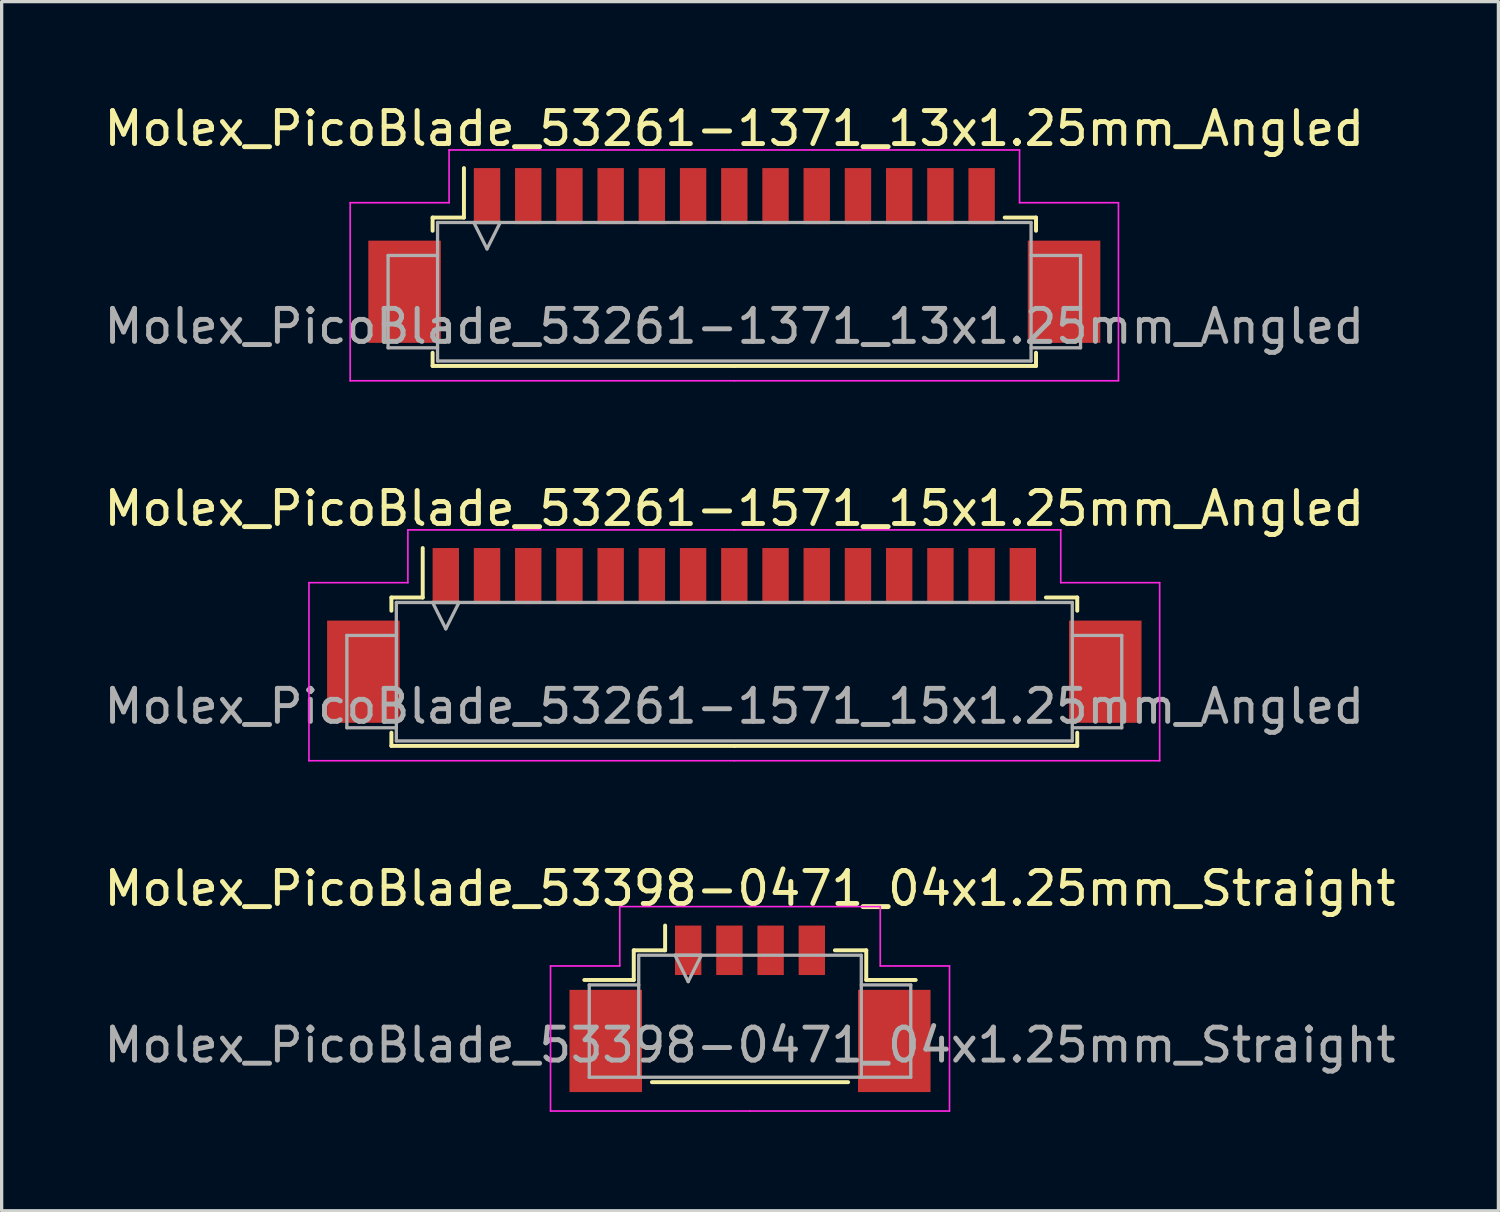
<source format=kicad_pcb>
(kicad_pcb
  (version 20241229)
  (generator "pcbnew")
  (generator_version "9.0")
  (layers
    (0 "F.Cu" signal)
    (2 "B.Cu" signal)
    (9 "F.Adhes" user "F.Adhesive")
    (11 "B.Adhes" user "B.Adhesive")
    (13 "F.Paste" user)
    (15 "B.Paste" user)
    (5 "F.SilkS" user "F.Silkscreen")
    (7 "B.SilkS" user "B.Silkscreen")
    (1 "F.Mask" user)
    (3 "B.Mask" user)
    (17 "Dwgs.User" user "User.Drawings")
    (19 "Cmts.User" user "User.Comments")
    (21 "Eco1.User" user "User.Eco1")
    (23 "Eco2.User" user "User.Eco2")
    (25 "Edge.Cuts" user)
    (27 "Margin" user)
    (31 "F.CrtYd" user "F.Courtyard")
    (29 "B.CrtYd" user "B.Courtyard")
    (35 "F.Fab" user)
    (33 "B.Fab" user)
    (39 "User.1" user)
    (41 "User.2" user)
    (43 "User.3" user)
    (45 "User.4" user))
  (footprint "Molex_PicoBlade_53261-1571_15x1.25mm_Angled"
    (layer "F.Cu")
    (at 19.22 15.871)
    (property "Reference" "Molex_PicoBlade_53261-1571_15x1.25mm_Angled" (at 0 -3.5 0) (layer "F.SilkS") (effects (font (size 1 1) (thickness 0.15))))
    (attr smd)
    (fp_line (start -10.4 -0.8) (end -10.4 -0.4) (stroke (width 0.12) (type solid)) (layer "F.SilkS"))
    (fp_line (start -10.4 3.3) (end -10.4 3.7) (stroke (width 0.12) (type solid)) (layer "F.SilkS"))
    (fp_line (start -10.4 3.7) (end 0 3.7) (stroke (width 0.12) (type solid)) (layer "F.SilkS"))
    (fp_line (start -9.45 -0.8) (end -10.4 -0.8) (stroke (width 0.12) (type solid)) (layer "F.SilkS"))
    (fp_line (start -9.45 -0.8) (end -9.45 -2.3) (stroke (width 0.12) (type solid)) (layer "F.SilkS"))
    (fp_line (start 9.45 -0.8) (end 10.4 -0.8) (stroke (width 0.12) (type solid)) (layer "F.SilkS"))
    (fp_line (start 10.4 -0.8) (end 10.4 -0.4) (stroke (width 0.12) (type solid)) (layer "F.SilkS"))
    (fp_line (start 10.4 3.3) (end 10.4 3.7) (stroke (width 0.12) (type solid)) (layer "F.SilkS"))
    (fp_line (start 10.4 3.7) (end 0 3.7) (stroke (width 0.12) (type solid)) (layer "F.SilkS"))
    (fp_line (start -12.9 -1.25) (end -12.9 4.15) (stroke (width 0.05) (type solid)) (layer "F.CrtYd"))
    (fp_line (start -12.9 4.15) (end 0 4.15) (stroke (width 0.05) (type solid)) (layer "F.CrtYd"))
    (fp_line (start -9.9 -2.85) (end -9.9 -1.25) (stroke (width 0.05) (type solid)) (layer "F.CrtYd"))
    (fp_line (start -9.9 -1.25) (end -12.9 -1.25) (stroke (width 0.05) (type solid)) (layer "F.CrtYd"))
    (fp_line (start 0 -2.85) (end -9.9 -2.85) (stroke (width 0.05) (type solid)) (layer "F.CrtYd"))
    (fp_line (start 0 -2.85) (end 9.9 -2.85) (stroke (width 0.05) (type solid)) (layer "F.CrtYd"))
    (fp_line (start 9.9 -2.85) (end 9.9 -1.25) (stroke (width 0.05) (type solid)) (layer "F.CrtYd"))
    (fp_line (start 9.9 -1.25) (end 12.9 -1.25) (stroke (width 0.05) (type solid)) (layer "F.CrtYd"))
    (fp_line (start 12.9 -1.25) (end 12.9 4.15) (stroke (width 0.05) (type solid)) (layer "F.CrtYd"))
    (fp_line (start 12.9 4.15) (end 0 4.15) (stroke (width 0.05) (type solid)) (layer "F.CrtYd"))
    (fp_line (start -11.75 0.35) (end -11.75 3.15) (stroke (width 0.1) (type solid)) (layer "F.Fab"))
    (fp_line (start -11.75 3.15) (end -10.25 3.15) (stroke (width 0.1) (type solid)) (layer "F.Fab"))
    (fp_line (start -10.25 -0.65) (end 10.25 -0.65) (stroke (width 0.1) (type solid)) (layer "F.Fab"))
    (fp_line (start -10.25 0.35) (end -11.75 0.35) (stroke (width 0.1) (type solid)) (layer "F.Fab"))
    (fp_line (start -10.25 3.55) (end -10.25 -0.65) (stroke (width 0.1) (type solid)) (layer "F.Fab"))
    (fp_line (start -9.15 -0.65) (end -8.75 0.15) (stroke (width 0.1) (type solid)) (layer "F.Fab"))
    (fp_line (start -8.75 0.15) (end -8.35 -0.65) (stroke (width 0.1) (type solid)) (layer "F.Fab"))
    (fp_line (start -8.35 -0.65) (end -9.15 -0.65) (stroke (width 0.1) (type solid)) (layer "F.Fab"))
    (fp_line (start 10.25 -0.65) (end 10.25 3.55) (stroke (width 0.1) (type solid)) (layer "F.Fab"))
    (fp_line (start 10.25 0.35) (end 11.75 0.35) (stroke (width 0.1) (type solid)) (layer "F.Fab"))
    (fp_line (start 10.25 3.55) (end -10.25 3.55) (stroke (width 0.1) (type solid)) (layer "F.Fab"))
    (fp_line (start 11.75 0.35) (end 11.75 3.15) (stroke (width 0.1) (type solid)) (layer "F.Fab"))
    (fp_line (start 11.75 3.15) (end 10.25 3.15) (stroke (width 0.1) (type solid)) (layer "F.Fab"))
    (fp_text user "${REFERENCE}" (at 0 2.5 0) (layer "F.Fab") (effects (font (size 1 1) (thickness 0.15))))
    (pad "" smd rect (at -11.25 1.45) (size 2.2 3.1) (layers "F.Cu" "F.Mask" "F.Paste"))
    (pad "" smd rect (at 11.25 1.45) (size 2.2 3.1) (layers "F.Cu" "F.Mask" "F.Paste"))
    (pad "1" smd rect (at -8.75 -1.45) (size 0.8 1.7) (layers "F.Cu" "F.Mask" "F.Paste"))
    (pad "2" smd rect (at -7.5 -1.45) (size 0.8 1.7) (layers "F.Cu" "F.Mask" "F.Paste"))
    (pad "3" smd rect (at -6.25 -1.45) (size 0.8 1.7) (layers "F.Cu" "F.Mask" "F.Paste"))
    (pad "4" smd rect (at -5 -1.45) (size 0.8 1.7) (layers "F.Cu" "F.Mask" "F.Paste"))
    (pad "5" smd rect (at -3.75 -1.45) (size 0.8 1.7) (layers "F.Cu" "F.Mask" "F.Paste"))
    (pad "6" smd rect (at -2.5 -1.45) (size 0.8 1.7) (layers "F.Cu" "F.Mask" "F.Paste"))
    (pad "7" smd rect (at -1.25 -1.45) (size 0.8 1.7) (layers "F.Cu" "F.Mask" "F.Paste"))
    (pad "8" smd rect (at 0 -1.45) (size 0.8 1.7) (layers "F.Cu" "F.Mask" "F.Paste"))
    (pad "9" smd rect (at 1.25 -1.45) (size 0.8 1.7) (layers "F.Cu" "F.Mask" "F.Paste"))
    (pad "10" smd rect (at 2.5 -1.45) (size 0.8 1.7) (layers "F.Cu" "F.Mask" "F.Paste"))
    (pad "11" smd rect (at 3.75 -1.45) (size 0.8 1.7) (layers "F.Cu" "F.Mask" "F.Paste"))
    (pad "12" smd rect (at 5 -1.45) (size 0.8 1.7) (layers "F.Cu" "F.Mask" "F.Paste"))
    (pad "13" smd rect (at 6.25 -1.45) (size 0.8 1.7) (layers "F.Cu" "F.Mask" "F.Paste"))
    (pad "14" smd rect (at 7.5 -1.45) (size 0.8 1.7) (layers "F.Cu" "F.Mask" "F.Paste"))
    (pad "15" smd rect (at 8.75 -1.45) (size 0.8 1.7) (layers "F.Cu" "F.Mask" "F.Paste")))
  (footprint "Molex_PicoBlade_53398-0471_04x1.25mm_Straight"
    (layer "F.Cu")
    (at 19.696 27.145)
    (property "Reference" "Molex_PicoBlade_53398-0471_04x1.25mm_Straight" (at 0 -3.25 0) (layer "F.SilkS") (effects (font (size 1 1) (thickness 0.15))))
    (attr smd)
    (fp_line (start -3.525 -1.375) (end -3.525 -0.475) (stroke (width 0.12) (type solid)) (layer "F.SilkS"))
    (fp_line (start -3.525 -0.475) (end -5.025 -0.475) (stroke (width 0.12) (type solid)) (layer "F.SilkS"))
    (fp_line (start -2.975 2.625) (end 2.975 2.625) (stroke (width 0.12) (type solid)) (layer "F.SilkS"))
    (fp_line (start -2.575 -1.375) (end -3.525 -1.375) (stroke (width 0.12) (type solid)) (layer "F.SilkS"))
    (fp_line (start -2.575 -1.375) (end -2.575 -2.125) (stroke (width 0.12) (type solid)) (layer "F.SilkS"))
    (fp_line (start 2.575 -1.375) (end 3.525 -1.375) (stroke (width 0.12) (type solid)) (layer "F.SilkS"))
    (fp_line (start 3.525 -1.375) (end 3.525 -0.475) (stroke (width 0.12) (type solid)) (layer "F.SilkS"))
    (fp_line (start 3.525 -0.475) (end 5.025 -0.475) (stroke (width 0.12) (type solid)) (layer "F.SilkS"))
    (fp_line (start -6.05 -0.9) (end -6.05 3.5) (stroke (width 0.05) (type solid)) (layer "F.CrtYd"))
    (fp_line (start -6.05 3.5) (end 0 3.5) (stroke (width 0.05) (type solid)) (layer "F.CrtYd"))
    (fp_line (start -3.95 -2.7) (end -3.95 -0.9) (stroke (width 0.05) (type solid)) (layer "F.CrtYd"))
    (fp_line (start -3.95 -0.9) (end -6.05 -0.9) (stroke (width 0.05) (type solid)) (layer "F.CrtYd"))
    (fp_line (start 0 -2.7) (end -3.95 -2.7) (stroke (width 0.05) (type solid)) (layer "F.CrtYd"))
    (fp_line (start 0 -2.7) (end 3.95 -2.7) (stroke (width 0.05) (type solid)) (layer "F.CrtYd"))
    (fp_line (start 3.95 -2.7) (end 3.95 -0.9) (stroke (width 0.05) (type solid)) (layer "F.CrtYd"))
    (fp_line (start 3.95 -0.9) (end 6.05 -0.9) (stroke (width 0.05) (type solid)) (layer "F.CrtYd"))
    (fp_line (start 6.05 -0.9) (end 6.05 3.5) (stroke (width 0.05) (type solid)) (layer "F.CrtYd"))
    (fp_line (start 6.05 3.5) (end 0 3.5) (stroke (width 0.05) (type solid)) (layer "F.CrtYd"))
    (fp_line (start -4.875 -0.325) (end -3.375 -0.325) (stroke (width 0.1) (type solid)) (layer "F.Fab"))
    (fp_line (start -4.875 2.475) (end -4.875 -0.325) (stroke (width 0.1) (type solid)) (layer "F.Fab"))
    (fp_line (start -3.375 -1.225) (end -3.375 2.475) (stroke (width 0.1) (type solid)) (layer "F.Fab"))
    (fp_line (start -3.375 2.475) (end -4.875 2.475) (stroke (width 0.1) (type solid)) (layer "F.Fab"))
    (fp_line (start -3.375 2.475) (end 3.375 2.475) (stroke (width 0.1) (type solid)) (layer "F.Fab"))
    (fp_line (start -2.275 -1.225) (end -1.875 -0.425) (stroke (width 0.1) (type solid)) (layer "F.Fab"))
    (fp_line (start -1.875 -0.425) (end -1.475 -1.225) (stroke (width 0.1) (type solid)) (layer "F.Fab"))
    (fp_line (start -1.475 -1.225) (end -2.275 -1.225) (stroke (width 0.1) (type solid)) (layer "F.Fab"))
    (fp_line (start 3.375 -1.225) (end -3.375 -1.225) (stroke (width 0.1) (type solid)) (layer "F.Fab"))
    (fp_line (start 3.375 2.475) (end 3.375 -1.225) (stroke (width 0.1) (type solid)) (layer "F.Fab"))
    (fp_line (start 3.375 2.475) (end 4.875 2.475) (stroke (width 0.1) (type solid)) (layer "F.Fab"))
    (fp_line (start 4.875 -0.325) (end 3.375 -0.325) (stroke (width 0.1) (type solid)) (layer "F.Fab"))
    (fp_line (start 4.875 2.475) (end 4.875 -0.325) (stroke (width 0.1) (type solid)) (layer "F.Fab"))
    (fp_text user "${REFERENCE}" (at 0 1.5 0) (layer "F.Fab") (effects (font (size 1 1) (thickness 0.15))))
    (pad "" smd rect (at -4.375 1.375) (size 2.2 3.1) (layers "F.Cu" "F.Mask" "F.Paste"))
    (pad "" smd rect (at 4.375 1.375) (size 2.2 3.1) (layers "F.Cu" "F.Mask" "F.Paste"))
    (pad "1" smd rect (at -1.875 -1.375) (size 0.8 1.5) (layers "F.Cu" "F.Mask" "F.Paste"))
    (pad "2" smd rect (at -0.625 -1.375) (size 0.8 1.5) (layers "F.Cu" "F.Mask" "F.Paste"))
    (pad "3" smd rect (at 0.625 -1.375) (size 0.8 1.5) (layers "F.Cu" "F.Mask" "F.Paste"))
    (pad "4" smd rect (at 1.875 -1.375) (size 0.8 1.5) (layers "F.Cu" "F.Mask" "F.Paste")))
  (footprint "Molex_PicoBlade_53261-1371_13x1.25mm_Angled"
    (layer "F.Cu")
    (at 19.22 4.348)
    (property "Reference" "Molex_PicoBlade_53261-1371_13x1.25mm_Angled" (at 0 -3.5 0) (layer "F.SilkS") (effects (font (size 1 1) (thickness 0.15))))
    (attr smd)
    (fp_line (start -9.15 -0.8) (end -9.15 -0.4) (stroke (width 0.12) (type solid)) (layer "F.SilkS"))
    (fp_line (start -9.15 3.3) (end -9.15 3.7) (stroke (width 0.12) (type solid)) (layer "F.SilkS"))
    (fp_line (start -9.15 3.7) (end 0 3.7) (stroke (width 0.12) (type solid)) (layer "F.SilkS"))
    (fp_line (start -8.2 -0.8) (end -9.15 -0.8) (stroke (width 0.12) (type solid)) (layer "F.SilkS"))
    (fp_line (start -8.2 -0.8) (end -8.2 -2.3) (stroke (width 0.12) (type solid)) (layer "F.SilkS"))
    (fp_line (start 8.2 -0.8) (end 9.15 -0.8) (stroke (width 0.12) (type solid)) (layer "F.SilkS"))
    (fp_line (start 9.15 -0.8) (end 9.15 -0.4) (stroke (width 0.12) (type solid)) (layer "F.SilkS"))
    (fp_line (start 9.15 3.3) (end 9.15 3.7) (stroke (width 0.12) (type solid)) (layer "F.SilkS"))
    (fp_line (start 9.15 3.7) (end 0 3.7) (stroke (width 0.12) (type solid)) (layer "F.SilkS"))
    (fp_line (start -11.65 -1.25) (end -11.65 4.15) (stroke (width 0.05) (type solid)) (layer "F.CrtYd"))
    (fp_line (start -11.65 4.15) (end 0 4.15) (stroke (width 0.05) (type solid)) (layer "F.CrtYd"))
    (fp_line (start -8.65 -2.85) (end -8.65 -1.25) (stroke (width 0.05) (type solid)) (layer "F.CrtYd"))
    (fp_line (start -8.65 -1.25) (end -11.65 -1.25) (stroke (width 0.05) (type solid)) (layer "F.CrtYd"))
    (fp_line (start 0 -2.85) (end -8.65 -2.85) (stroke (width 0.05) (type solid)) (layer "F.CrtYd"))
    (fp_line (start 0 -2.85) (end 8.65 -2.85) (stroke (width 0.05) (type solid)) (layer "F.CrtYd"))
    (fp_line (start 8.65 -2.85) (end 8.65 -1.25) (stroke (width 0.05) (type solid)) (layer "F.CrtYd"))
    (fp_line (start 8.65 -1.25) (end 11.65 -1.25) (stroke (width 0.05) (type solid)) (layer "F.CrtYd"))
    (fp_line (start 11.65 -1.25) (end 11.65 4.15) (stroke (width 0.05) (type solid)) (layer "F.CrtYd"))
    (fp_line (start 11.65 4.15) (end 0 4.15) (stroke (width 0.05) (type solid)) (layer "F.CrtYd"))
    (fp_line (start -10.5 0.35) (end -10.5 3.15) (stroke (width 0.1) (type solid)) (layer "F.Fab"))
    (fp_line (start -10.5 3.15) (end -9 3.15) (stroke (width 0.1) (type solid)) (layer "F.Fab"))
    (fp_line (start -9 -0.65) (end 9 -0.65) (stroke (width 0.1) (type solid)) (layer "F.Fab"))
    (fp_line (start -9 0.35) (end -10.5 0.35) (stroke (width 0.1) (type solid)) (layer "F.Fab"))
    (fp_line (start -9 3.55) (end -9 -0.65) (stroke (width 0.1) (type solid)) (layer "F.Fab"))
    (fp_line (start -7.9 -0.65) (end -7.5 0.15) (stroke (width 0.1) (type solid)) (layer "F.Fab"))
    (fp_line (start -7.5 0.15) (end -7.1 -0.65) (stroke (width 0.1) (type solid)) (layer "F.Fab"))
    (fp_line (start -7.1 -0.65) (end -7.9 -0.65) (stroke (width 0.1) (type solid)) (layer "F.Fab"))
    (fp_line (start 9 -0.65) (end 9 3.55) (stroke (width 0.1) (type solid)) (layer "F.Fab"))
    (fp_line (start 9 0.35) (end 10.5 0.35) (stroke (width 0.1) (type solid)) (layer "F.Fab"))
    (fp_line (start 9 3.55) (end -9 3.55) (stroke (width 0.1) (type solid)) (layer "F.Fab"))
    (fp_line (start 10.5 0.35) (end 10.5 3.15) (stroke (width 0.1) (type solid)) (layer "F.Fab"))
    (fp_line (start 10.5 3.15) (end 9 3.15) (stroke (width 0.1) (type solid)) (layer "F.Fab"))
    (fp_text user "${REFERENCE}" (at 0 2.5 0) (layer "F.Fab") (effects (font (size 1 1) (thickness 0.15))))
    (pad "" smd rect (at -10 1.45) (size 2.2 3.1) (layers "F.Cu" "F.Mask" "F.Paste"))
    (pad "" smd rect (at 10 1.45) (size 2.2 3.1) (layers "F.Cu" "F.Mask" "F.Paste"))
    (pad "1" smd rect (at -7.5 -1.45) (size 0.8 1.7) (layers "F.Cu" "F.Mask" "F.Paste"))
    (pad "2" smd rect (at -6.25 -1.45) (size 0.8 1.7) (layers "F.Cu" "F.Mask" "F.Paste"))
    (pad "3" smd rect (at -5 -1.45) (size 0.8 1.7) (layers "F.Cu" "F.Mask" "F.Paste"))
    (pad "4" smd rect (at -3.75 -1.45) (size 0.8 1.7) (layers "F.Cu" "F.Mask" "F.Paste"))
    (pad "5" smd rect (at -2.5 -1.45) (size 0.8 1.7) (layers "F.Cu" "F.Mask" "F.Paste"))
    (pad "6" smd rect (at -1.25 -1.45) (size 0.8 1.7) (layers "F.Cu" "F.Mask" "F.Paste"))
    (pad "7" smd rect (at 0 -1.45) (size 0.8 1.7) (layers "F.Cu" "F.Mask" "F.Paste"))
    (pad "8" smd rect (at 1.25 -1.45) (size 0.8 1.7) (layers "F.Cu" "F.Mask" "F.Paste"))
    (pad "9" smd rect (at 2.5 -1.45) (size 0.8 1.7) (layers "F.Cu" "F.Mask" "F.Paste"))
    (pad "10" smd rect (at 3.75 -1.45) (size 0.8 1.7) (layers "F.Cu" "F.Mask" "F.Paste"))
    (pad "11" smd rect (at 5 -1.45) (size 0.8 1.7) (layers "F.Cu" "F.Mask" "F.Paste"))
    (pad "12" smd rect (at 6.25 -1.45) (size 0.8 1.7) (layers "F.Cu" "F.Mask" "F.Paste"))
    (pad "13" smd rect (at 7.5 -1.45) (size 0.8 1.7) (layers "F.Cu" "F.Mask" "F.Paste")))
  (gr_rect
    (start -3 -3)
    (end 42.393 33.67)
    (stroke (width 0.1) (type default))
    (fill no)
    (layer "Edge.Cuts")))
</source>
